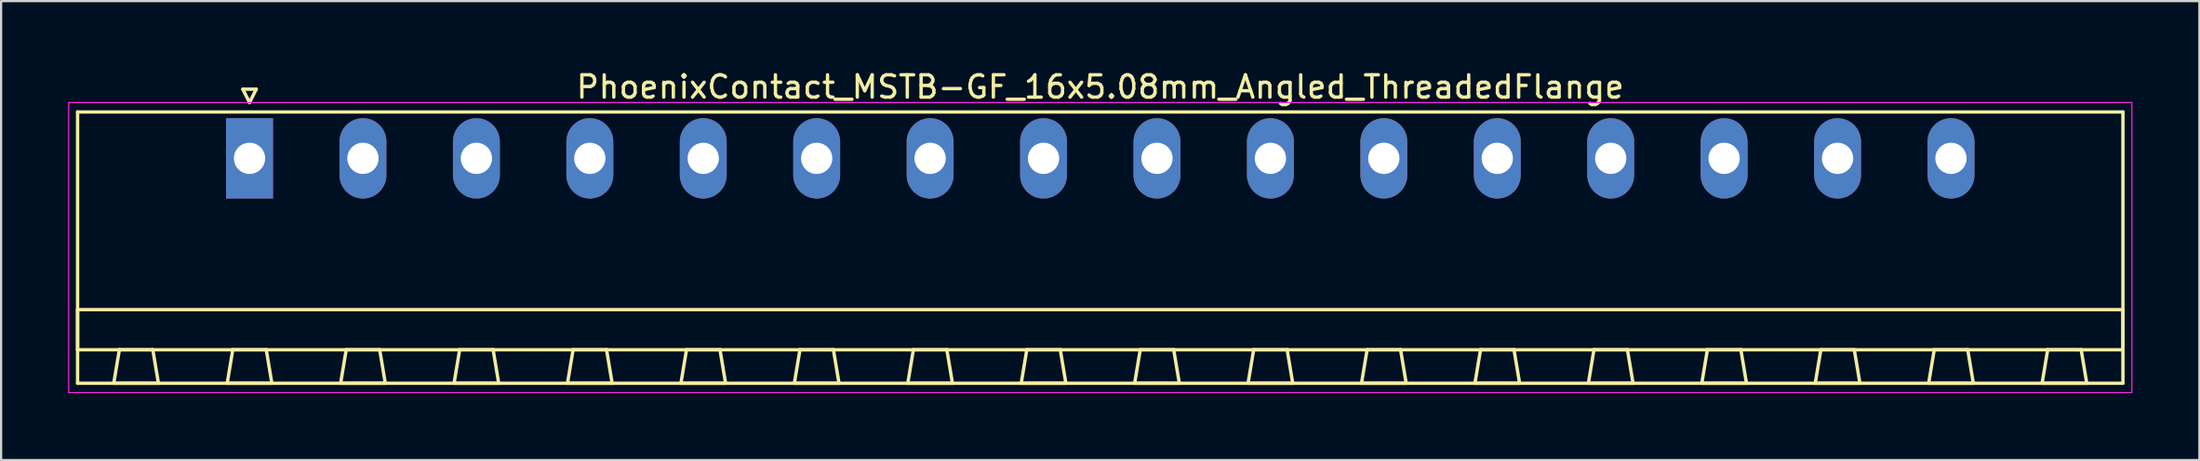
<source format=kicad_pcb>
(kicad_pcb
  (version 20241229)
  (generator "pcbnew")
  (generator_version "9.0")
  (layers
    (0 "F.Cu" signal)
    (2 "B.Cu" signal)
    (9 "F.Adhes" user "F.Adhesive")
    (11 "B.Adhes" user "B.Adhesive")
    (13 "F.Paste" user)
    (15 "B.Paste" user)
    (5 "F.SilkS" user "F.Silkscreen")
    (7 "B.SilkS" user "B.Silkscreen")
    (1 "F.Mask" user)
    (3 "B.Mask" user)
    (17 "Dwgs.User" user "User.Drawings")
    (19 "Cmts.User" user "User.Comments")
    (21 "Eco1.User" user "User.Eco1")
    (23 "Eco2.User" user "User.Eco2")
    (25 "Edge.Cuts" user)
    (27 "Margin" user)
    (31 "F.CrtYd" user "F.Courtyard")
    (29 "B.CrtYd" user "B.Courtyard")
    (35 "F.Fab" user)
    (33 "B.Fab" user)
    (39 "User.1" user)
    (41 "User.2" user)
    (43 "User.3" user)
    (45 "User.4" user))
  (footprint "PhoenixContact_MSTB-GF_16x5.08mm_Angled_ThreadedFlange"
    (layer "F.Cu")
    (at 8.125 4.048)
    (property "Reference" "PhoenixContact_MSTB-GF_16x5.08mm_Angled_ThreadedFlange" (at 38.1 -3.2 0) (layer "F.SilkS") (effects (font (size 1 1) (thickness 0.15))))
    (attr through_hole)
    (fp_line (start -7.7 -2.08) (end -7.7 10.08) (stroke (width 0.15) (type solid)) (layer "F.SilkS"))
    (fp_line (start -7.7 6.78) (end 83.9 6.78) (stroke (width 0.15) (type solid)) (layer "F.SilkS"))
    (fp_line (start -7.7 8.58) (end -7.7 6.78) (stroke (width 0.15) (type solid)) (layer "F.SilkS"))
    (fp_line (start -7.7 10.08) (end 83.9 10.08) (stroke (width 0.15) (type solid)) (layer "F.SilkS"))
    (fp_line (start -6.08 10.08) (end -4.08 10.08) (stroke (width 0.15) (type solid)) (layer "F.SilkS"))
    (fp_line (start -5.83 8.58) (end -6.08 10.08) (stroke (width 0.15) (type solid)) (layer "F.SilkS"))
    (fp_line (start -4.33 8.58) (end -5.83 8.58) (stroke (width 0.15) (type solid)) (layer "F.SilkS"))
    (fp_line (start -4.08 10.08) (end -4.33 8.58) (stroke (width 0.15) (type solid)) (layer "F.SilkS"))
    (fp_line (start -1 10.08) (end 1 10.08) (stroke (width 0.15) (type solid)) (layer "F.SilkS"))
    (fp_line (start -0.75 8.58) (end -1 10.08) (stroke (width 0.15) (type solid)) (layer "F.SilkS"))
    (fp_line (start -0.3 -3.1) (end 0 -2.5) (stroke (width 0.15) (type solid)) (layer "F.SilkS"))
    (fp_line (start 0 -2.5) (end 0.3 -3.1) (stroke (width 0.15) (type solid)) (layer "F.SilkS"))
    (fp_line (start 0.3 -3.1) (end -0.3 -3.1) (stroke (width 0.15) (type solid)) (layer "F.SilkS"))
    (fp_line (start 0.75 8.58) (end -0.75 8.58) (stroke (width 0.15) (type solid)) (layer "F.SilkS"))
    (fp_line (start 1 10.08) (end 0.75 8.58) (stroke (width 0.15) (type solid)) (layer "F.SilkS"))
    (fp_line (start 4.08 10.08) (end 6.08 10.08) (stroke (width 0.15) (type solid)) (layer "F.SilkS"))
    (fp_line (start 4.33 8.58) (end 4.08 10.08) (stroke (width 0.15) (type solid)) (layer "F.SilkS"))
    (fp_line (start 5.83 8.58) (end 4.33 8.58) (stroke (width 0.15) (type solid)) (layer "F.SilkS"))
    (fp_line (start 6.08 10.08) (end 5.83 8.58) (stroke (width 0.15) (type solid)) (layer "F.SilkS"))
    (fp_line (start 9.16 10.08) (end 11.16 10.08) (stroke (width 0.15) (type solid)) (layer "F.SilkS"))
    (fp_line (start 9.41 8.58) (end 9.16 10.08) (stroke (width 0.15) (type solid)) (layer "F.SilkS"))
    (fp_line (start 10.91 8.58) (end 9.41 8.58) (stroke (width 0.15) (type solid)) (layer "F.SilkS"))
    (fp_line (start 11.16 10.08) (end 10.91 8.58) (stroke (width 0.15) (type solid)) (layer "F.SilkS"))
    (fp_line (start 14.24 10.08) (end 16.24 10.08) (stroke (width 0.15) (type solid)) (layer "F.SilkS"))
    (fp_line (start 14.49 8.58) (end 14.24 10.08) (stroke (width 0.15) (type solid)) (layer "F.SilkS"))
    (fp_line (start 15.99 8.58) (end 14.49 8.58) (stroke (width 0.15) (type solid)) (layer "F.SilkS"))
    (fp_line (start 16.24 10.08) (end 15.99 8.58) (stroke (width 0.15) (type solid)) (layer "F.SilkS"))
    (fp_line (start 19.32 10.08) (end 21.32 10.08) (stroke (width 0.15) (type solid)) (layer "F.SilkS"))
    (fp_line (start 19.57 8.58) (end 19.32 10.08) (stroke (width 0.15) (type solid)) (layer "F.SilkS"))
    (fp_line (start 21.07 8.58) (end 19.57 8.58) (stroke (width 0.15) (type solid)) (layer "F.SilkS"))
    (fp_line (start 21.32 10.08) (end 21.07 8.58) (stroke (width 0.15) (type solid)) (layer "F.SilkS"))
    (fp_line (start 24.4 10.08) (end 26.4 10.08) (stroke (width 0.15) (type solid)) (layer "F.SilkS"))
    (fp_line (start 24.65 8.58) (end 24.4 10.08) (stroke (width 0.15) (type solid)) (layer "F.SilkS"))
    (fp_line (start 26.15 8.58) (end 24.65 8.58) (stroke (width 0.15) (type solid)) (layer "F.SilkS"))
    (fp_line (start 26.4 10.08) (end 26.15 8.58) (stroke (width 0.15) (type solid)) (layer "F.SilkS"))
    (fp_line (start 29.48 10.08) (end 31.48 10.08) (stroke (width 0.15) (type solid)) (layer "F.SilkS"))
    (fp_line (start 29.73 8.58) (end 29.48 10.08) (stroke (width 0.15) (type solid)) (layer "F.SilkS"))
    (fp_line (start 31.23 8.58) (end 29.73 8.58) (stroke (width 0.15) (type solid)) (layer "F.SilkS"))
    (fp_line (start 31.48 10.08) (end 31.23 8.58) (stroke (width 0.15) (type solid)) (layer "F.SilkS"))
    (fp_line (start 34.56 10.08) (end 36.56 10.08) (stroke (width 0.15) (type solid)) (layer "F.SilkS"))
    (fp_line (start 34.81 8.58) (end 34.56 10.08) (stroke (width 0.15) (type solid)) (layer "F.SilkS"))
    (fp_line (start 36.31 8.58) (end 34.81 8.58) (stroke (width 0.15) (type solid)) (layer "F.SilkS"))
    (fp_line (start 36.56 10.08) (end 36.31 8.58) (stroke (width 0.15) (type solid)) (layer "F.SilkS"))
    (fp_line (start 39.64 10.08) (end 41.64 10.08) (stroke (width 0.15) (type solid)) (layer "F.SilkS"))
    (fp_line (start 39.89 8.58) (end 39.64 10.08) (stroke (width 0.15) (type solid)) (layer "F.SilkS"))
    (fp_line (start 41.39 8.58) (end 39.89 8.58) (stroke (width 0.15) (type solid)) (layer "F.SilkS"))
    (fp_line (start 41.64 10.08) (end 41.39 8.58) (stroke (width 0.15) (type solid)) (layer "F.SilkS"))
    (fp_line (start 44.72 10.08) (end 46.72 10.08) (stroke (width 0.15) (type solid)) (layer "F.SilkS"))
    (fp_line (start 44.97 8.58) (end 44.72 10.08) (stroke (width 0.15) (type solid)) (layer "F.SilkS"))
    (fp_line (start 46.47 8.58) (end 44.97 8.58) (stroke (width 0.15) (type solid)) (layer "F.SilkS"))
    (fp_line (start 46.72 10.08) (end 46.47 8.58) (stroke (width 0.15) (type solid)) (layer "F.SilkS"))
    (fp_line (start 49.8 10.08) (end 51.8 10.08) (stroke (width 0.15) (type solid)) (layer "F.SilkS"))
    (fp_line (start 50.05 8.58) (end 49.8 10.08) (stroke (width 0.15) (type solid)) (layer "F.SilkS"))
    (fp_line (start 51.55 8.58) (end 50.05 8.58) (stroke (width 0.15) (type solid)) (layer "F.SilkS"))
    (fp_line (start 51.8 10.08) (end 51.55 8.58) (stroke (width 0.15) (type solid)) (layer "F.SilkS"))
    (fp_line (start 54.88 10.08) (end 56.88 10.08) (stroke (width 0.15) (type solid)) (layer "F.SilkS"))
    (fp_line (start 55.13 8.58) (end 54.88 10.08) (stroke (width 0.15) (type solid)) (layer "F.SilkS"))
    (fp_line (start 56.63 8.58) (end 55.13 8.58) (stroke (width 0.15) (type solid)) (layer "F.SilkS"))
    (fp_line (start 56.88 10.08) (end 56.63 8.58) (stroke (width 0.15) (type solid)) (layer "F.SilkS"))
    (fp_line (start 59.96 10.08) (end 61.96 10.08) (stroke (width 0.15) (type solid)) (layer "F.SilkS"))
    (fp_line (start 60.21 8.58) (end 59.96 10.08) (stroke (width 0.15) (type solid)) (layer "F.SilkS"))
    (fp_line (start 61.71 8.58) (end 60.21 8.58) (stroke (width 0.15) (type solid)) (layer "F.SilkS"))
    (fp_line (start 61.96 10.08) (end 61.71 8.58) (stroke (width 0.15) (type solid)) (layer "F.SilkS"))
    (fp_line (start 65.04 10.08) (end 67.04 10.08) (stroke (width 0.15) (type solid)) (layer "F.SilkS"))
    (fp_line (start 65.29 8.58) (end 65.04 10.08) (stroke (width 0.15) (type solid)) (layer "F.SilkS"))
    (fp_line (start 66.79 8.58) (end 65.29 8.58) (stroke (width 0.15) (type solid)) (layer "F.SilkS"))
    (fp_line (start 67.04 10.08) (end 66.79 8.58) (stroke (width 0.15) (type solid)) (layer "F.SilkS"))
    (fp_line (start 70.12 10.08) (end 72.12 10.08) (stroke (width 0.15) (type solid)) (layer "F.SilkS"))
    (fp_line (start 70.37 8.58) (end 70.12 10.08) (stroke (width 0.15) (type solid)) (layer "F.SilkS"))
    (fp_line (start 71.87 8.58) (end 70.37 8.58) (stroke (width 0.15) (type solid)) (layer "F.SilkS"))
    (fp_line (start 72.12 10.08) (end 71.87 8.58) (stroke (width 0.15) (type solid)) (layer "F.SilkS"))
    (fp_line (start 75.2 10.08) (end 77.2 10.08) (stroke (width 0.15) (type solid)) (layer "F.SilkS"))
    (fp_line (start 75.45 8.58) (end 75.2 10.08) (stroke (width 0.15) (type solid)) (layer "F.SilkS"))
    (fp_line (start 76.95 8.58) (end 75.45 8.58) (stroke (width 0.15) (type solid)) (layer "F.SilkS"))
    (fp_line (start 77.2 10.08) (end 76.95 8.58) (stroke (width 0.15) (type solid)) (layer "F.SilkS"))
    (fp_line (start 80.28 10.08) (end 82.28 10.08) (stroke (width 0.15) (type solid)) (layer "F.SilkS"))
    (fp_line (start 80.53 8.58) (end 80.28 10.08) (stroke (width 0.15) (type solid)) (layer "F.SilkS"))
    (fp_line (start 82.03 8.58) (end 80.53 8.58) (stroke (width 0.15) (type solid)) (layer "F.SilkS"))
    (fp_line (start 82.28 10.08) (end 82.03 8.58) (stroke (width 0.15) (type solid)) (layer "F.SilkS"))
    (fp_line (start 83.9 -2.08) (end -7.7 -2.08) (stroke (width 0.15) (type solid)) (layer "F.SilkS"))
    (fp_line (start 83.9 6.78) (end 83.9 8.58) (stroke (width 0.15) (type solid)) (layer "F.SilkS"))
    (fp_line (start 83.9 8.58) (end -7.7 8.58) (stroke (width 0.15) (type solid)) (layer "F.SilkS"))
    (fp_line (start 83.9 10.08) (end 83.9 -2.08) (stroke (width 0.15) (type solid)) (layer "F.SilkS"))
    (fp_line (start -8.1 -2.5) (end -8.1 10.5) (stroke (width 0.05) (type solid)) (layer "F.CrtYd"))
    (fp_line (start -8.1 10.5) (end 84.3 10.5) (stroke (width 0.05) (type solid)) (layer "F.CrtYd"))
    (fp_line (start 84.3 -2.5) (end -8.1 -2.5) (stroke (width 0.05) (type solid)) (layer "F.CrtYd"))
    (fp_line (start 84.3 10.5) (end 84.3 -2.5) (stroke (width 0.05) (type solid)) (layer "F.CrtYd"))
    (pad "1" thru_hole rect (at 0 0) (size 2.1 3.6) (drill 1.4) (layers "*.Cu" "*.Mask"))
    (pad "2" thru_hole oval (at 5.08 0) (size 2.1 3.6) (drill 1.4) (layers "*.Cu" "*.Mask"))
    (pad "3" thru_hole oval (at 10.16 0) (size 2.1 3.6) (drill 1.4) (layers "*.Cu" "*.Mask"))
    (pad "4" thru_hole oval (at 15.24 0) (size 2.1 3.6) (drill 1.4) (layers "*.Cu" "*.Mask"))
    (pad "5" thru_hole oval (at 20.32 0) (size 2.1 3.6) (drill 1.4) (layers "*.Cu" "*.Mask"))
    (pad "6" thru_hole oval (at 25.4 0) (size 2.1 3.6) (drill 1.4) (layers "*.Cu" "*.Mask"))
    (pad "7" thru_hole oval (at 30.48 0) (size 2.1 3.6) (drill 1.4) (layers "*.Cu" "*.Mask"))
    (pad "8" thru_hole oval (at 35.56 0) (size 2.1 3.6) (drill 1.4) (layers "*.Cu" "*.Mask"))
    (pad "9" thru_hole oval (at 40.64 0) (size 2.1 3.6) (drill 1.4) (layers "*.Cu" "*.Mask"))
    (pad "10" thru_hole oval (at 45.72 0) (size 2.1 3.6) (drill 1.4) (layers "*.Cu" "*.Mask"))
    (pad "11" thru_hole oval (at 50.8 0) (size 2.1 3.6) (drill 1.4) (layers "*.Cu" "*.Mask"))
    (pad "12" thru_hole oval (at 55.88 0) (size 2.1 3.6) (drill 1.4) (layers "*.Cu" "*.Mask"))
    (pad "13" thru_hole oval (at 60.96 0) (size 2.1 3.6) (drill 1.4) (layers "*.Cu" "*.Mask"))
    (pad "14" thru_hole oval (at 66.04 0) (size 2.1 3.6) (drill 1.4) (layers "*.Cu" "*.Mask"))
    (pad "15" thru_hole oval (at 71.12 0) (size 2.1 3.6) (drill 1.4) (layers "*.Cu" "*.Mask"))
    (pad "16" thru_hole oval (at 76.2 0) (size 2.1 3.6) (drill 1.4) (layers "*.Cu" "*.Mask")))
  (gr_rect
    (start -3 -3)
    (end 95.45 17.573)
    (stroke (width 0.1) (type default))
    (fill no)
    (layer "Edge.Cuts")))
</source>
